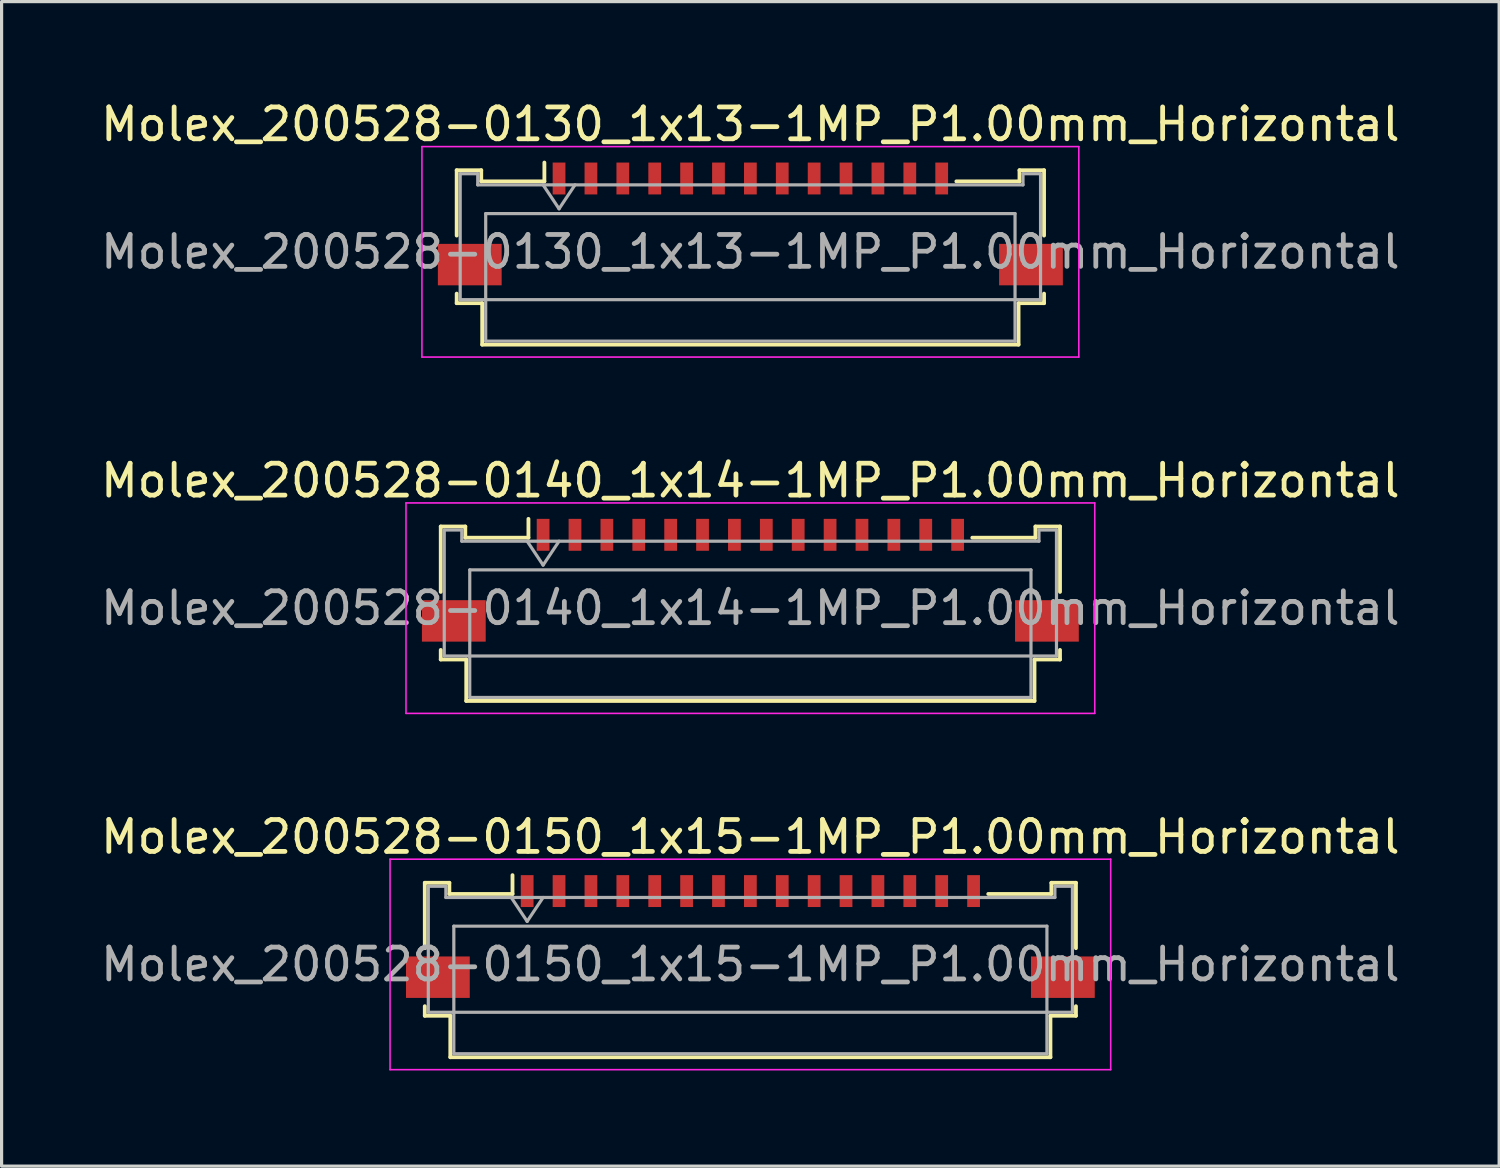
<source format=kicad_pcb>
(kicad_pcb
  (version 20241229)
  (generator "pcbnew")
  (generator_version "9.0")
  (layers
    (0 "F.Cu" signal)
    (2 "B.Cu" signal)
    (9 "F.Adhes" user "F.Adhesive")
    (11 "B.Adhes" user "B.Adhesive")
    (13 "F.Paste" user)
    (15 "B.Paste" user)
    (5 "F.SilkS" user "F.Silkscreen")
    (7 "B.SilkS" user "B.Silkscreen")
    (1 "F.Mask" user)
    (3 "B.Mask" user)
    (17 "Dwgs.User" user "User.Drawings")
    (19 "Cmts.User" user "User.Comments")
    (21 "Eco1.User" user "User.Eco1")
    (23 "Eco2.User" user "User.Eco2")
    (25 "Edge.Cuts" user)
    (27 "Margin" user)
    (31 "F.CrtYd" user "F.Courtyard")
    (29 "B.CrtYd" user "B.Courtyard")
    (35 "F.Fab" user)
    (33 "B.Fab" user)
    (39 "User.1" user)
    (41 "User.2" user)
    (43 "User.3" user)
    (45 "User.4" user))
  (footprint "Molex_200528-0130_1x13-1MP_P1.00mm_Horizontal"
    (layer "F.Cu")
    (at 20.482 3.458)
    (property "Reference" "Molex_200528-0130_1x13-1MP_P1.00mm_Horizontal" (at 0 -2.61 0) (layer "F.SilkS") (effects (font (size 1 1) (thickness 0.15))))
    (attr smd)
    (fp_line (start -9.21 -1.17) (end -9.21 0.88) (stroke (width 0.12) (type solid)) (layer "F.SilkS"))
    (fp_line (start -9.21 2.7) (end -9.21 3) (stroke (width 0.12) (type solid)) (layer "F.SilkS"))
    (fp_line (start -9.21 3) (end -8.41 3) (stroke (width 0.12) (type solid)) (layer "F.SilkS"))
    (fp_line (start -8.44 -1.17) (end -9.21 -1.17) (stroke (width 0.12) (type solid)) (layer "F.SilkS"))
    (fp_line (start -8.44 -0.82) (end -8.44 -1.17) (stroke (width 0.12) (type solid)) (layer "F.SilkS"))
    (fp_line (start -8.41 3) (end -8.41 4.3) (stroke (width 0.12) (type solid)) (layer "F.SilkS"))
    (fp_line (start -8.41 4.3) (end 8.41 4.3) (stroke (width 0.12) (type solid)) (layer "F.SilkS"))
    (fp_line (start -6.46 -1.41) (end -6.46 -0.82) (stroke (width 0.12) (type solid)) (layer "F.SilkS"))
    (fp_line (start -6.46 -0.82) (end -8.44 -0.82) (stroke (width 0.12) (type solid)) (layer "F.SilkS"))
    (fp_line (start 8.41 3) (end 9.21 3) (stroke (width 0.12) (type solid)) (layer "F.SilkS"))
    (fp_line (start 8.41 4.3) (end 8.41 3) (stroke (width 0.12) (type solid)) (layer "F.SilkS"))
    (fp_line (start 8.44 -1.17) (end 8.44 -0.82) (stroke (width 0.12) (type solid)) (layer "F.SilkS"))
    (fp_line (start 8.44 -0.82) (end 6.46 -0.82) (stroke (width 0.12) (type solid)) (layer "F.SilkS"))
    (fp_line (start 9.21 -1.17) (end 8.44 -1.17) (stroke (width 0.12) (type solid)) (layer "F.SilkS"))
    (fp_line (start 9.21 0.88) (end 9.21 -1.17) (stroke (width 0.12) (type solid)) (layer "F.SilkS"))
    (fp_line (start 9.21 3) (end 9.21 2.7) (stroke (width 0.12) (type solid)) (layer "F.SilkS"))
    (fp_line (start -10.3 -1.91) (end -10.3 4.69) (stroke (width 0.05) (type solid)) (layer "F.CrtYd"))
    (fp_line (start -10.3 4.69) (end 10.3 4.69) (stroke (width 0.05) (type solid)) (layer "F.CrtYd"))
    (fp_line (start 10.3 -1.91) (end -10.3 -1.91) (stroke (width 0.05) (type solid)) (layer "F.CrtYd"))
    (fp_line (start 10.3 4.69) (end 10.3 -1.91) (stroke (width 0.05) (type solid)) (layer "F.CrtYd"))
    (fp_line (start -9.1 -1.06) (end -9.1 2.89) (stroke (width 0.1) (type solid)) (layer "F.Fab"))
    (fp_line (start -9.1 2.89) (end 9.1 2.89) (stroke (width 0.1) (type solid)) (layer "F.Fab"))
    (fp_line (start -8.55 -1.06) (end -9.1 -1.06) (stroke (width 0.1) (type solid)) (layer "F.Fab"))
    (fp_line (start -8.55 -0.71) (end -8.55 -1.06) (stroke (width 0.1) (type solid)) (layer "F.Fab"))
    (fp_line (start -8.3 0.19) (end -8.3 4.19) (stroke (width 0.1) (type solid)) (layer "F.Fab"))
    (fp_line (start -8.3 4.19) (end 8.3 4.19) (stroke (width 0.1) (type solid)) (layer "F.Fab"))
    (fp_line (start -6.5 -0.71) (end -6 0.04) (stroke (width 0.1) (type solid)) (layer "F.Fab"))
    (fp_line (start -6 0.04) (end -5.5 -0.71) (stroke (width 0.1) (type solid)) (layer "F.Fab"))
    (fp_line (start 8.3 0.19) (end -8.3 0.19) (stroke (width 0.1) (type solid)) (layer "F.Fab"))
    (fp_line (start 8.3 4.19) (end 8.3 0.19) (stroke (width 0.1) (type solid)) (layer "F.Fab"))
    (fp_line (start 8.55 -1.06) (end 8.55 -0.71) (stroke (width 0.1) (type solid)) (layer "F.Fab"))
    (fp_line (start 8.55 -0.71) (end -8.55 -0.71) (stroke (width 0.1) (type solid)) (layer "F.Fab"))
    (fp_line (start 9.1 -1.06) (end 8.55 -1.06) (stroke (width 0.1) (type solid)) (layer "F.Fab"))
    (fp_line (start 9.1 2.89) (end 9.1 -1.06) (stroke (width 0.1) (type solid)) (layer "F.Fab"))
    (fp_text user "${REFERENCE}" (at 0 1.39 0) (layer "F.Fab") (effects (font (size 1 1) (thickness 0.15))))
    (pad "1" smd rect (at -6 -0.91) (size 0.4 1) (layers "F.Cu" "F.Mask" "F.Paste"))
    (pad "2" smd rect (at -5 -0.91) (size 0.4 1) (layers "F.Cu" "F.Mask" "F.Paste"))
    (pad "3" smd rect (at -4 -0.91) (size 0.4 1) (layers "F.Cu" "F.Mask" "F.Paste"))
    (pad "4" smd rect (at -3 -0.91) (size 0.4 1) (layers "F.Cu" "F.Mask" "F.Paste"))
    (pad "5" smd rect (at -2 -0.91) (size 0.4 1) (layers "F.Cu" "F.Mask" "F.Paste"))
    (pad "6" smd rect (at -1 -0.91) (size 0.4 1) (layers "F.Cu" "F.Mask" "F.Paste"))
    (pad "7" smd rect (at 0 -0.91) (size 0.4 1) (layers "F.Cu" "F.Mask" "F.Paste"))
    (pad "8" smd rect (at 1 -0.91) (size 0.4 1) (layers "F.Cu" "F.Mask" "F.Paste"))
    (pad "9" smd rect (at 2 -0.91) (size 0.4 1) (layers "F.Cu" "F.Mask" "F.Paste"))
    (pad "10" smd rect (at 3 -0.91) (size 0.4 1) (layers "F.Cu" "F.Mask" "F.Paste"))
    (pad "11" smd rect (at 4 -0.91) (size 0.4 1) (layers "F.Cu" "F.Mask" "F.Paste"))
    (pad "12" smd rect (at 5 -0.91) (size 0.4 1) (layers "F.Cu" "F.Mask" "F.Paste"))
    (pad "13" smd rect (at 6 -0.91) (size 0.4 1) (layers "F.Cu" "F.Mask" "F.Paste"))
    (pad "MP" smd rect (at -8.8 1.79) (size 2 1.3) (layers "F.Cu" "F.Mask" "F.Paste"))
    (pad "MP" smd rect (at 8.8 1.79) (size 2 1.3) (layers "F.Cu" "F.Mask" "F.Paste")))
  (footprint "Molex_200528-0140_1x14-1MP_P1.00mm_Horizontal"
    (layer "F.Cu")
    (at 20.482 14.632)
    (property "Reference" "Molex_200528-0140_1x14-1MP_P1.00mm_Horizontal" (at 0 -2.61 0) (layer "F.SilkS") (effects (font (size 1 1) (thickness 0.15))))
    (attr smd)
    (fp_line (start -9.71 -1.17) (end -9.71 0.88) (stroke (width 0.12) (type solid)) (layer "F.SilkS"))
    (fp_line (start -9.71 2.7) (end -9.71 3) (stroke (width 0.12) (type solid)) (layer "F.SilkS"))
    (fp_line (start -9.71 3) (end -8.91 3) (stroke (width 0.12) (type solid)) (layer "F.SilkS"))
    (fp_line (start -8.94 -1.17) (end -9.71 -1.17) (stroke (width 0.12) (type solid)) (layer "F.SilkS"))
    (fp_line (start -8.94 -0.82) (end -8.94 -1.17) (stroke (width 0.12) (type solid)) (layer "F.SilkS"))
    (fp_line (start -8.91 3) (end -8.91 4.3) (stroke (width 0.12) (type solid)) (layer "F.SilkS"))
    (fp_line (start -8.91 4.3) (end 8.91 4.3) (stroke (width 0.12) (type solid)) (layer "F.SilkS"))
    (fp_line (start -6.96 -1.41) (end -6.96 -0.82) (stroke (width 0.12) (type solid)) (layer "F.SilkS"))
    (fp_line (start -6.96 -0.82) (end -8.94 -0.82) (stroke (width 0.12) (type solid)) (layer "F.SilkS"))
    (fp_line (start 8.91 3) (end 9.71 3) (stroke (width 0.12) (type solid)) (layer "F.SilkS"))
    (fp_line (start 8.91 4.3) (end 8.91 3) (stroke (width 0.12) (type solid)) (layer "F.SilkS"))
    (fp_line (start 8.94 -1.17) (end 8.94 -0.82) (stroke (width 0.12) (type solid)) (layer "F.SilkS"))
    (fp_line (start 8.94 -0.82) (end 6.96 -0.82) (stroke (width 0.12) (type solid)) (layer "F.SilkS"))
    (fp_line (start 9.71 -1.17) (end 8.94 -1.17) (stroke (width 0.12) (type solid)) (layer "F.SilkS"))
    (fp_line (start 9.71 0.88) (end 9.71 -1.17) (stroke (width 0.12) (type solid)) (layer "F.SilkS"))
    (fp_line (start 9.71 3) (end 9.71 2.7) (stroke (width 0.12) (type solid)) (layer "F.SilkS"))
    (fp_line (start -10.8 -1.91) (end -10.8 4.69) (stroke (width 0.05) (type solid)) (layer "F.CrtYd"))
    (fp_line (start -10.8 4.69) (end 10.8 4.69) (stroke (width 0.05) (type solid)) (layer "F.CrtYd"))
    (fp_line (start 10.8 -1.91) (end -10.8 -1.91) (stroke (width 0.05) (type solid)) (layer "F.CrtYd"))
    (fp_line (start 10.8 4.69) (end 10.8 -1.91) (stroke (width 0.05) (type solid)) (layer "F.CrtYd"))
    (fp_line (start -9.6 -1.06) (end -9.6 2.89) (stroke (width 0.1) (type solid)) (layer "F.Fab"))
    (fp_line (start -9.6 2.89) (end 9.6 2.89) (stroke (width 0.1) (type solid)) (layer "F.Fab"))
    (fp_line (start -9.05 -1.06) (end -9.6 -1.06) (stroke (width 0.1) (type solid)) (layer "F.Fab"))
    (fp_line (start -9.05 -0.71) (end -9.05 -1.06) (stroke (width 0.1) (type solid)) (layer "F.Fab"))
    (fp_line (start -8.8 0.19) (end -8.8 4.19) (stroke (width 0.1) (type solid)) (layer "F.Fab"))
    (fp_line (start -8.8 4.19) (end 8.8 4.19) (stroke (width 0.1) (type solid)) (layer "F.Fab"))
    (fp_line (start -7 -0.71) (end -6.5 0.04) (stroke (width 0.1) (type solid)) (layer "F.Fab"))
    (fp_line (start -6.5 0.04) (end -6 -0.71) (stroke (width 0.1) (type solid)) (layer "F.Fab"))
    (fp_line (start 8.8 0.19) (end -8.8 0.19) (stroke (width 0.1) (type solid)) (layer "F.Fab"))
    (fp_line (start 8.8 4.19) (end 8.8 0.19) (stroke (width 0.1) (type solid)) (layer "F.Fab"))
    (fp_line (start 9.05 -1.06) (end 9.05 -0.71) (stroke (width 0.1) (type solid)) (layer "F.Fab"))
    (fp_line (start 9.05 -0.71) (end -9.05 -0.71) (stroke (width 0.1) (type solid)) (layer "F.Fab"))
    (fp_line (start 9.6 -1.06) (end 9.05 -1.06) (stroke (width 0.1) (type solid)) (layer "F.Fab"))
    (fp_line (start 9.6 2.89) (end 9.6 -1.06) (stroke (width 0.1) (type solid)) (layer "F.Fab"))
    (fp_text user "${REFERENCE}" (at 0 1.39 0) (layer "F.Fab") (effects (font (size 1 1) (thickness 0.15))))
    (pad "1" smd rect (at -6.5 -0.91) (size 0.4 1) (layers "F.Cu" "F.Mask" "F.Paste"))
    (pad "2" smd rect (at -5.5 -0.91) (size 0.4 1) (layers "F.Cu" "F.Mask" "F.Paste"))
    (pad "3" smd rect (at -4.5 -0.91) (size 0.4 1) (layers "F.Cu" "F.Mask" "F.Paste"))
    (pad "4" smd rect (at -3.5 -0.91) (size 0.4 1) (layers "F.Cu" "F.Mask" "F.Paste"))
    (pad "5" smd rect (at -2.5 -0.91) (size 0.4 1) (layers "F.Cu" "F.Mask" "F.Paste"))
    (pad "6" smd rect (at -1.5 -0.91) (size 0.4 1) (layers "F.Cu" "F.Mask" "F.Paste"))
    (pad "7" smd rect (at -0.5 -0.91) (size 0.4 1) (layers "F.Cu" "F.Mask" "F.Paste"))
    (pad "8" smd rect (at 0.5 -0.91) (size 0.4 1) (layers "F.Cu" "F.Mask" "F.Paste"))
    (pad "9" smd rect (at 1.5 -0.91) (size 0.4 1) (layers "F.Cu" "F.Mask" "F.Paste"))
    (pad "10" smd rect (at 2.5 -0.91) (size 0.4 1) (layers "F.Cu" "F.Mask" "F.Paste"))
    (pad "11" smd rect (at 3.5 -0.91) (size 0.4 1) (layers "F.Cu" "F.Mask" "F.Paste"))
    (pad "12" smd rect (at 4.5 -0.91) (size 0.4 1) (layers "F.Cu" "F.Mask" "F.Paste"))
    (pad "13" smd rect (at 5.5 -0.91) (size 0.4 1) (layers "F.Cu" "F.Mask" "F.Paste"))
    (pad "14" smd rect (at 6.5 -0.91) (size 0.4 1) (layers "F.Cu" "F.Mask" "F.Paste"))
    (pad "MP" smd rect (at -9.3 1.79) (size 2 1.3) (layers "F.Cu" "F.Mask" "F.Paste"))
    (pad "MP" smd rect (at 9.3 1.79) (size 2 1.3) (layers "F.Cu" "F.Mask" "F.Paste")))
  (footprint "Molex_200528-0150_1x15-1MP_P1.00mm_Horizontal"
    (layer "F.Cu")
    (at 20.482 25.805)
    (property "Reference" "Molex_200528-0150_1x15-1MP_P1.00mm_Horizontal" (at 0 -2.61 0) (layer "F.SilkS") (effects (font (size 1 1) (thickness 0.15))))
    (attr smd)
    (fp_line (start -10.21 -1.17) (end -10.21 0.88) (stroke (width 0.12) (type solid)) (layer "F.SilkS"))
    (fp_line (start -10.21 2.7) (end -10.21 3) (stroke (width 0.12) (type solid)) (layer "F.SilkS"))
    (fp_line (start -10.21 3) (end -9.41 3) (stroke (width 0.12) (type solid)) (layer "F.SilkS"))
    (fp_line (start -9.44 -1.17) (end -10.21 -1.17) (stroke (width 0.12) (type solid)) (layer "F.SilkS"))
    (fp_line (start -9.44 -0.82) (end -9.44 -1.17) (stroke (width 0.12) (type solid)) (layer "F.SilkS"))
    (fp_line (start -9.41 3) (end -9.41 4.3) (stroke (width 0.12) (type solid)) (layer "F.SilkS"))
    (fp_line (start -9.41 4.3) (end 9.41 4.3) (stroke (width 0.12) (type solid)) (layer "F.SilkS"))
    (fp_line (start -7.46 -1.41) (end -7.46 -0.82) (stroke (width 0.12) (type solid)) (layer "F.SilkS"))
    (fp_line (start -7.46 -0.82) (end -9.44 -0.82) (stroke (width 0.12) (type solid)) (layer "F.SilkS"))
    (fp_line (start 9.41 3) (end 10.21 3) (stroke (width 0.12) (type solid)) (layer "F.SilkS"))
    (fp_line (start 9.41 4.3) (end 9.41 3) (stroke (width 0.12) (type solid)) (layer "F.SilkS"))
    (fp_line (start 9.44 -1.17) (end 9.44 -0.82) (stroke (width 0.12) (type solid)) (layer "F.SilkS"))
    (fp_line (start 9.44 -0.82) (end 7.46 -0.82) (stroke (width 0.12) (type solid)) (layer "F.SilkS"))
    (fp_line (start 10.21 -1.17) (end 9.44 -1.17) (stroke (width 0.12) (type solid)) (layer "F.SilkS"))
    (fp_line (start 10.21 0.88) (end 10.21 -1.17) (stroke (width 0.12) (type solid)) (layer "F.SilkS"))
    (fp_line (start 10.21 3) (end 10.21 2.7) (stroke (width 0.12) (type solid)) (layer "F.SilkS"))
    (fp_line (start -11.3 -1.91) (end -11.3 4.69) (stroke (width 0.05) (type solid)) (layer "F.CrtYd"))
    (fp_line (start -11.3 4.69) (end 11.3 4.69) (stroke (width 0.05) (type solid)) (layer "F.CrtYd"))
    (fp_line (start 11.3 -1.91) (end -11.3 -1.91) (stroke (width 0.05) (type solid)) (layer "F.CrtYd"))
    (fp_line (start 11.3 4.69) (end 11.3 -1.91) (stroke (width 0.05) (type solid)) (layer "F.CrtYd"))
    (fp_line (start -10.1 -1.06) (end -10.1 2.89) (stroke (width 0.1) (type solid)) (layer "F.Fab"))
    (fp_line (start -10.1 2.89) (end 10.1 2.89) (stroke (width 0.1) (type solid)) (layer "F.Fab"))
    (fp_line (start -9.55 -1.06) (end -10.1 -1.06) (stroke (width 0.1) (type solid)) (layer "F.Fab"))
    (fp_line (start -9.55 -0.71) (end -9.55 -1.06) (stroke (width 0.1) (type solid)) (layer "F.Fab"))
    (fp_line (start -9.3 0.19) (end -9.3 4.19) (stroke (width 0.1) (type solid)) (layer "F.Fab"))
    (fp_line (start -9.3 4.19) (end 9.3 4.19) (stroke (width 0.1) (type solid)) (layer "F.Fab"))
    (fp_line (start -7.5 -0.71) (end -7 0.04) (stroke (width 0.1) (type solid)) (layer "F.Fab"))
    (fp_line (start -7 0.04) (end -6.5 -0.71) (stroke (width 0.1) (type solid)) (layer "F.Fab"))
    (fp_line (start 9.3 0.19) (end -9.3 0.19) (stroke (width 0.1) (type solid)) (layer "F.Fab"))
    (fp_line (start 9.3 4.19) (end 9.3 0.19) (stroke (width 0.1) (type solid)) (layer "F.Fab"))
    (fp_line (start 9.55 -1.06) (end 9.55 -0.71) (stroke (width 0.1) (type solid)) (layer "F.Fab"))
    (fp_line (start 9.55 -0.71) (end -9.55 -0.71) (stroke (width 0.1) (type solid)) (layer "F.Fab"))
    (fp_line (start 10.1 -1.06) (end 9.55 -1.06) (stroke (width 0.1) (type solid)) (layer "F.Fab"))
    (fp_line (start 10.1 2.89) (end 10.1 -1.06) (stroke (width 0.1) (type solid)) (layer "F.Fab"))
    (fp_text user "${REFERENCE}" (at 0 1.39 0) (layer "F.Fab") (effects (font (size 1 1) (thickness 0.15))))
    (pad "1" smd rect (at -7 -0.91) (size 0.4 1) (layers "F.Cu" "F.Mask" "F.Paste"))
    (pad "2" smd rect (at -6 -0.91) (size 0.4 1) (layers "F.Cu" "F.Mask" "F.Paste"))
    (pad "3" smd rect (at -5 -0.91) (size 0.4 1) (layers "F.Cu" "F.Mask" "F.Paste"))
    (pad "4" smd rect (at -4 -0.91) (size 0.4 1) (layers "F.Cu" "F.Mask" "F.Paste"))
    (pad "5" smd rect (at -3 -0.91) (size 0.4 1) (layers "F.Cu" "F.Mask" "F.Paste"))
    (pad "6" smd rect (at -2 -0.91) (size 0.4 1) (layers "F.Cu" "F.Mask" "F.Paste"))
    (pad "7" smd rect (at -1 -0.91) (size 0.4 1) (layers "F.Cu" "F.Mask" "F.Paste"))
    (pad "8" smd rect (at 0 -0.91) (size 0.4 1) (layers "F.Cu" "F.Mask" "F.Paste"))
    (pad "9" smd rect (at 1 -0.91) (size 0.4 1) (layers "F.Cu" "F.Mask" "F.Paste"))
    (pad "10" smd rect (at 2 -0.91) (size 0.4 1) (layers "F.Cu" "F.Mask" "F.Paste"))
    (pad "11" smd rect (at 3 -0.91) (size 0.4 1) (layers "F.Cu" "F.Mask" "F.Paste"))
    (pad "12" smd rect (at 4 -0.91) (size 0.4 1) (layers "F.Cu" "F.Mask" "F.Paste"))
    (pad "13" smd rect (at 5 -0.91) (size 0.4 1) (layers "F.Cu" "F.Mask" "F.Paste"))
    (pad "14" smd rect (at 6 -0.91) (size 0.4 1) (layers "F.Cu" "F.Mask" "F.Paste"))
    (pad "15" smd rect (at 7 -0.91) (size 0.4 1) (layers "F.Cu" "F.Mask" "F.Paste"))
    (pad "MP" smd rect (at -9.8 1.79) (size 2 1.3) (layers "F.Cu" "F.Mask" "F.Paste"))
    (pad "MP" smd rect (at 9.8 1.79) (size 2 1.3) (layers "F.Cu" "F.Mask" "F.Paste")))
  (gr_rect
    (start -3 -3)
    (end 43.964 33.52)
    (stroke (width 0.1) (type default))
    (fill no)
    (layer "Edge.Cuts")))
</source>
